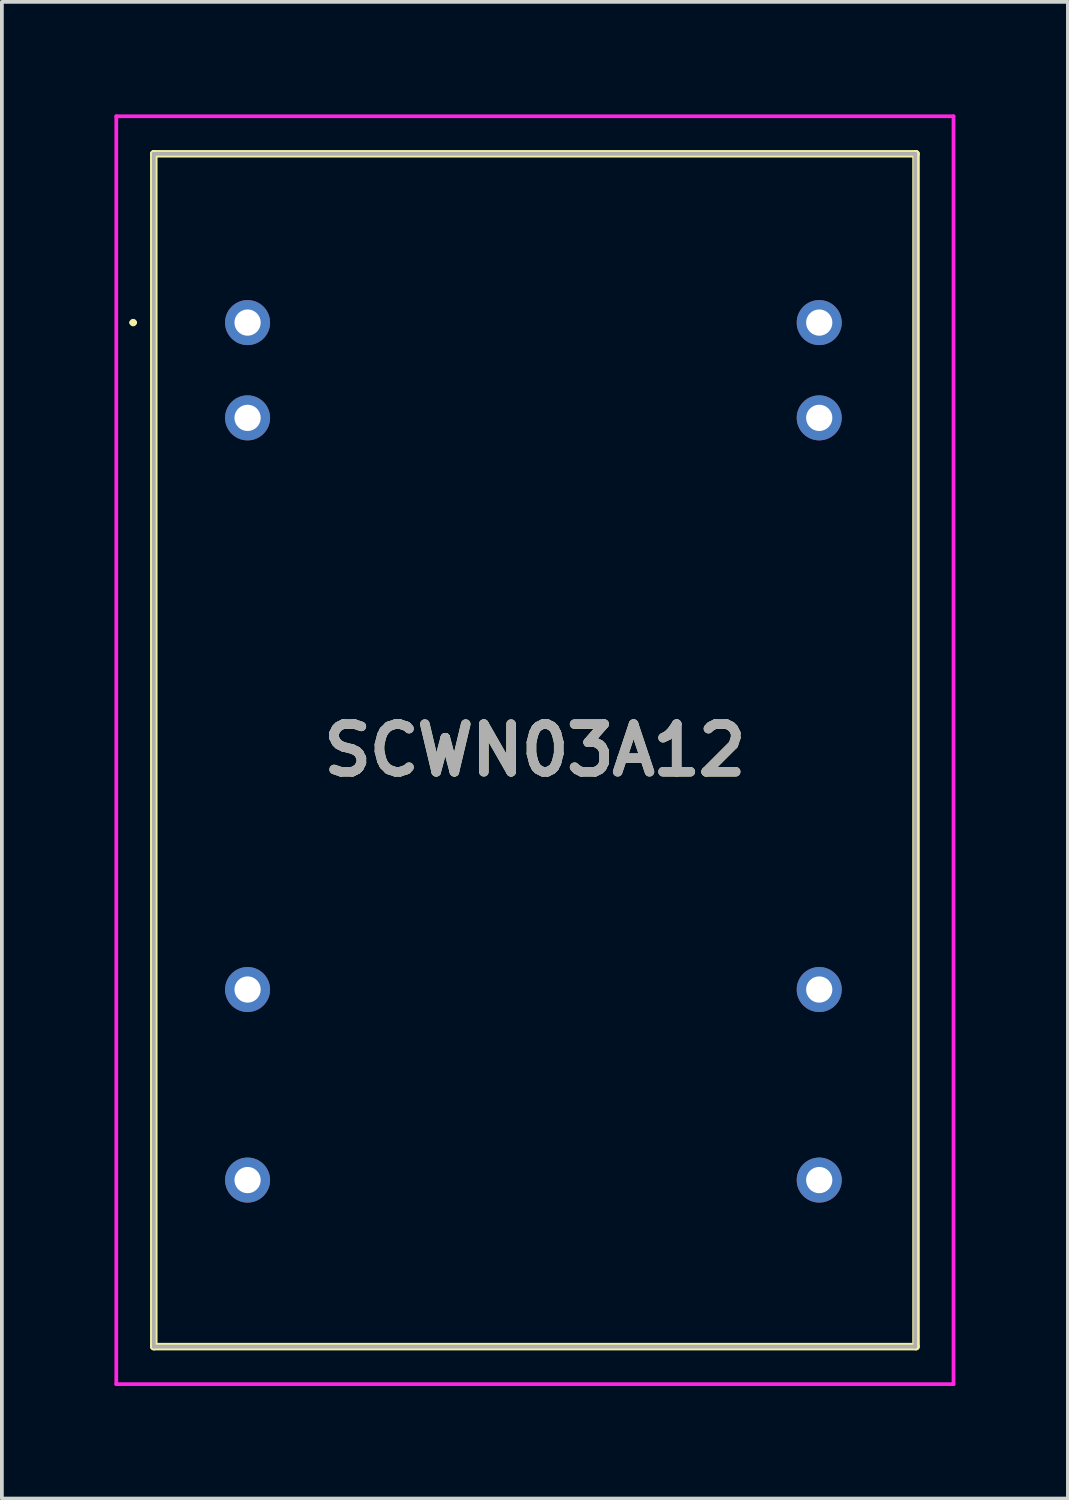
<source format=kicad_pcb>
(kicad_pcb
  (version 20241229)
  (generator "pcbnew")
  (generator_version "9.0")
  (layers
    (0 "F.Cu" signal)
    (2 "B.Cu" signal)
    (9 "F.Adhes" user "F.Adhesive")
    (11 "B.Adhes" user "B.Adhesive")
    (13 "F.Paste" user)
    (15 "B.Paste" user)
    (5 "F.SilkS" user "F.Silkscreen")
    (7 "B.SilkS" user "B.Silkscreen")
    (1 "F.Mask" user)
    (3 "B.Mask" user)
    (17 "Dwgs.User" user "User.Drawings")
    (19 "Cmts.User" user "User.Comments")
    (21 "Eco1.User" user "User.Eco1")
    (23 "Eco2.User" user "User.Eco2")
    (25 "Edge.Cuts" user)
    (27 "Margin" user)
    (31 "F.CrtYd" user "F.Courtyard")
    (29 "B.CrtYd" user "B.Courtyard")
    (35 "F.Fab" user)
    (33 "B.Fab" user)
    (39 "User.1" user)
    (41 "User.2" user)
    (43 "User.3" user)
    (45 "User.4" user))
  (footprint "SCWN03A12"
    (layer "F.Cu")
    (at 3.55 5.55)
    (property "Reference" "SCWN03A12" (at 7.66 11.4 0) (layer "F.SilkS") (effects (font (size 1.27 1.27) (thickness 0.254))))
    (attr through_hole)
    (fp_line (start -3.1 0) (end -3.1 0) (stroke (width 0.1) (type solid)) (layer "F.SilkS"))
    (fp_line (start -3 0) (end -3 0) (stroke (width 0.1) (type solid)) (layer "F.SilkS"))
    (fp_line (start -2.5 -4.5) (end -2.5 27.3) (stroke (width 0.2) (type solid)) (layer "F.SilkS"))
    (fp_line (start -2.5 27.3) (end 17.82 27.3) (stroke (width 0.2) (type solid)) (layer "F.SilkS"))
    (fp_line (start 17.82 -4.5) (end -2.5 -4.5) (stroke (width 0.2) (type solid)) (layer "F.SilkS"))
    (fp_line (start 17.82 27.3) (end 17.82 -4.5) (stroke (width 0.2) (type solid)) (layer "F.SilkS"))
    (fp_arc (start -3.1 0) (mid -3.05 -0.05) (end -3 0) (stroke (width 0.1) (type solid)) (layer "F.SilkS"))
    (fp_arc (start -3 0) (mid -3.05 0.05) (end -3.1 0) (stroke (width 0.1) (type solid)) (layer "F.SilkS"))
    (fp_line (start -3.5 -5.5) (end -3.5 28.3) (stroke (width 0.1) (type solid)) (layer "F.CrtYd"))
    (fp_line (start -3.5 28.3) (end 18.82 28.3) (stroke (width 0.1) (type solid)) (layer "F.CrtYd"))
    (fp_line (start 18.82 -5.5) (end -3.5 -5.5) (stroke (width 0.1) (type solid)) (layer "F.CrtYd"))
    (fp_line (start 18.82 28.3) (end 18.82 -5.5) (stroke (width 0.1) (type solid)) (layer "F.CrtYd"))
    (fp_line (start -2.5 -4.5) (end -2.5 27.3) (stroke (width 0.1) (type solid)) (layer "F.Fab"))
    (fp_line (start -2.5 27.3) (end 17.8 27.3) (stroke (width 0.1) (type solid)) (layer "F.Fab"))
    (fp_line (start 17.8 -4.5) (end -2.5 -4.5) (stroke (width 0.1) (type solid)) (layer "F.Fab"))
    (fp_line (start 17.8 27.3) (end 17.8 -4.5) (stroke (width 0.1) (type solid)) (layer "F.Fab"))
    (fp_text user "${REFERENCE}" (at 7.66 11.4 0) (layer "F.Fab") (effects (font (size 1.27 1.27) (thickness 0.254))))
    (pad "2" thru_hole circle (at 0 0) (size 1.2 1.2) (drill 0.7) (layers "*.Cu" "*.Mask"))
    (pad "3" thru_hole circle (at 0 2.54) (size 1.2 1.2) (drill 0.7) (layers "*.Cu" "*.Mask"))
    (pad "9" thru_hole circle (at 0 17.78) (size 1.2 1.2) (drill 0.7) (layers "*.Cu" "*.Mask"))
    (pad "11" thru_hole circle (at 0 22.86) (size 1.2 1.2) (drill 0.7) (layers "*.Cu" "*.Mask"))
    (pad "14" thru_hole circle (at 15.24 22.86) (size 1.2 1.2) (drill 0.7) (layers "*.Cu" "*.Mask"))
    (pad "16" thru_hole circle (at 15.24 17.78) (size 1.2 1.2) (drill 0.7) (layers "*.Cu" "*.Mask"))
    (pad "22" thru_hole circle (at 15.24 2.54) (size 1.2 1.2) (drill 0.7) (layers "*.Cu" "*.Mask"))
    (pad "23" thru_hole circle (at 15.24 0) (size 1.2 1.2) (drill 0.7) (layers "*.Cu" "*.Mask")))
  (gr_rect
    (start -3 -3)
    (end 25.42 36.9)
    (stroke (width 0.1) (type default))
    (fill no)
    (layer "Edge.Cuts")))
</source>
